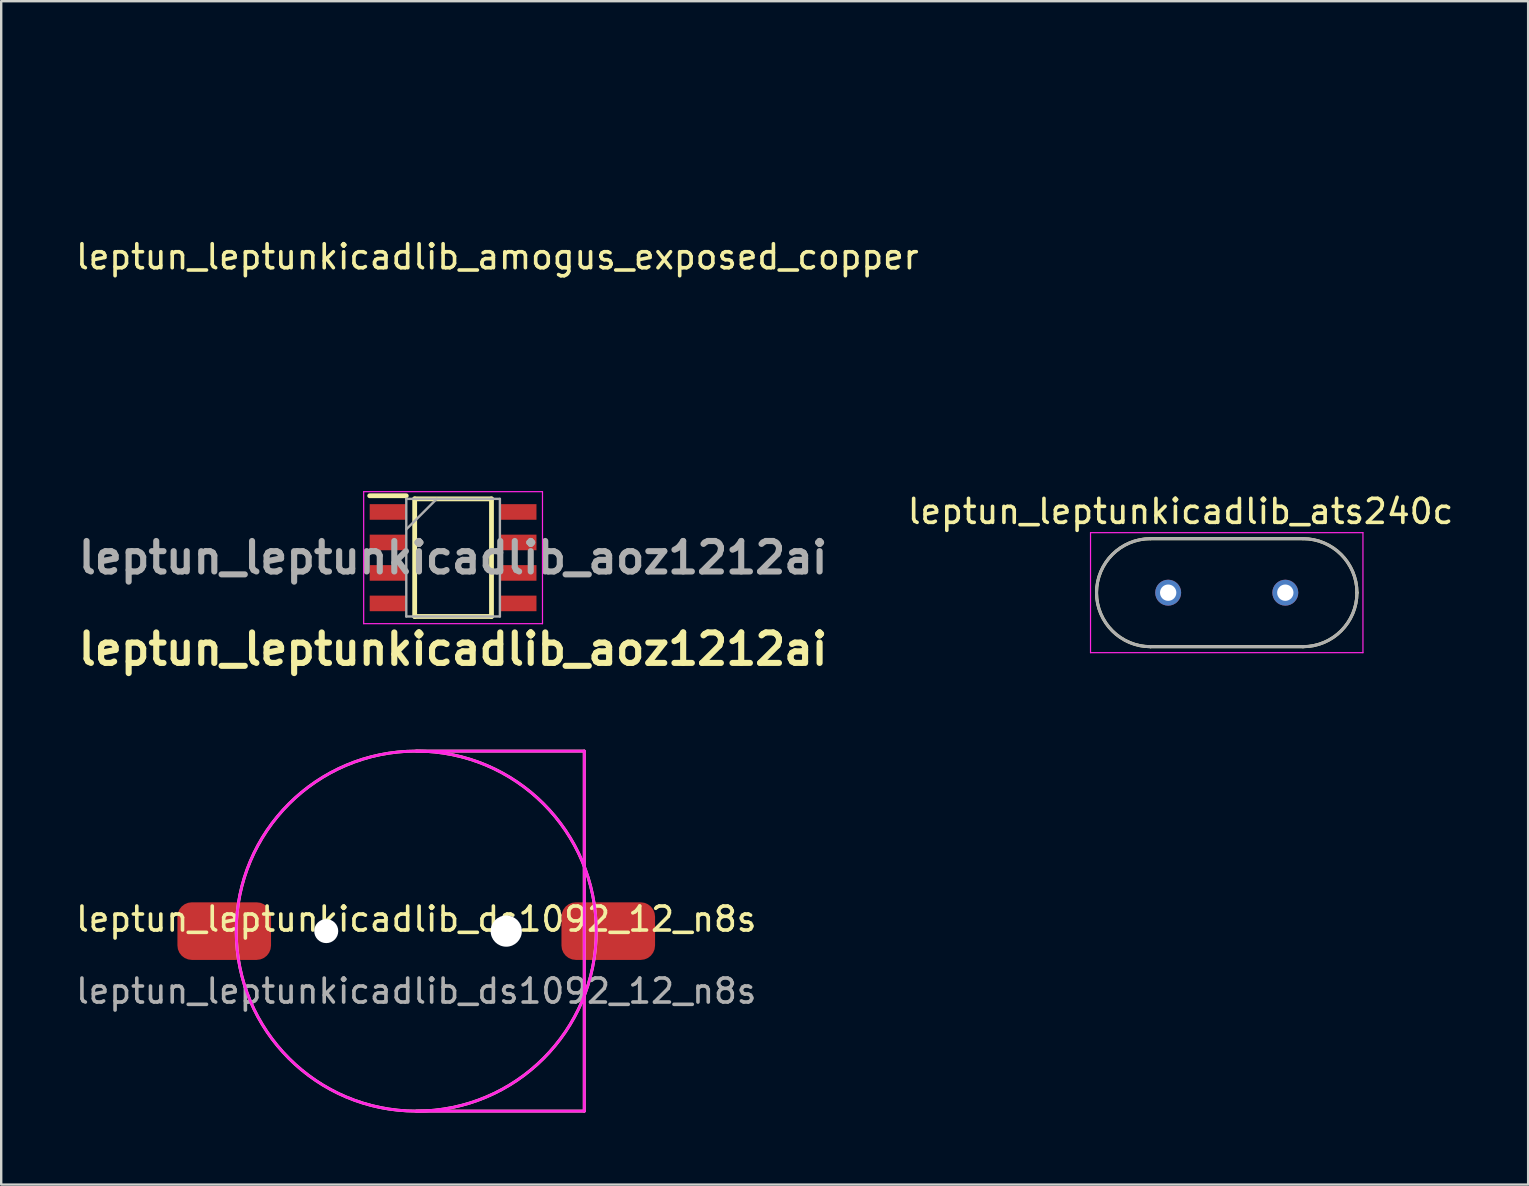
<source format=kicad_pcb>
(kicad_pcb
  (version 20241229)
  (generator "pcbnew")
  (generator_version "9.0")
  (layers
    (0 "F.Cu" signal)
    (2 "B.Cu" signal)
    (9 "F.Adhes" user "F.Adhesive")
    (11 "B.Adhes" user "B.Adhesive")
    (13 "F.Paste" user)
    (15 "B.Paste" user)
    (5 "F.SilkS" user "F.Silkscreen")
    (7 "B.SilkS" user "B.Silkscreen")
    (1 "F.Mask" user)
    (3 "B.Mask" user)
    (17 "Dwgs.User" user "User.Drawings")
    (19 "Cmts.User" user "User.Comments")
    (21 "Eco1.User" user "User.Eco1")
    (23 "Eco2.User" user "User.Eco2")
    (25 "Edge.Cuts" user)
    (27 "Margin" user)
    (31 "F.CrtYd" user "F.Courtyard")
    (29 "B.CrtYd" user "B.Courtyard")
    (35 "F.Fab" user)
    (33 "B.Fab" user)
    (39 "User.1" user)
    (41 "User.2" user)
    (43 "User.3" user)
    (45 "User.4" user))
  (footprint "leptun_leptunkicadlib_ds1092_12_n8s"
    (layer "F.Cu")
    (at 14.292 35.743)
    (property "Reference" "leptun_leptunkicadlib_ds1092_12_n8s" (at 0 -0.5 0) (unlocked yes) (layer "F.SilkS") (effects (font (size 1 1) (thickness 0.15))))
    (attr smd)
    (fp_line (start 0 -7.5) (end 7 -7.5) (stroke (width 0.12) (type solid)) (layer "F.SilkS"))
    (fp_line (start 0 7.5) (end 7 7.5) (stroke (width 0.12) (type solid)) (layer "F.SilkS"))
    (fp_line (start 7 7.5) (end 7 -7.5) (stroke (width 0.12) (type solid)) (layer "F.SilkS"))
    (fp_circle (center 0 0) (end 7.5 0) (stroke (width 0.12) (type solid)) (fill no) (layer "F.SilkS"))
    (fp_line (start 0 -7.5) (end 7 -7.5) (stroke (width 0.12) (type solid)) (layer "F.CrtYd"))
    (fp_line (start 7 -7.5) (end 7 7.5) (stroke (width 0.12) (type solid)) (layer "F.CrtYd"))
    (fp_line (start 7 7.5) (end 0 7.5) (stroke (width 0.12) (type solid)) (layer "F.CrtYd"))
    (fp_circle (center 0 0) (end 7.5 0) (stroke (width 0.12) (type solid)) (fill no) (layer "F.CrtYd"))
    (fp_text user "${REFERENCE}" (at 0 2.5 0) (unlocked yes) (layer "F.Fab") (effects (font (size 1 1) (thickness 0.15))))
    (pad "" np_thru_hole circle (at -3.75 0) (size 1 1) (drill 1) (layers "*.Cu" "*.Mask"))
    (pad "" np_thru_hole circle (at 3.75 0) (size 1.3 1.3) (drill 1.3) (layers "*.Cu" "*.Mask"))
    (pad "1" smd roundrect (at 8 0) (size 3.9 2.4) (layers "F.Cu" "F.Mask" "F.Paste") (roundrect_rratio 0.25))
    (pad "2" smd roundrect (at -8 0) (size 3.9 2.4) (layers "F.Cu" "F.Mask" "F.Paste") (roundrect_rratio 0.25)))
  (footprint "leptun_leptunkicadlib_amogus_exposed_copper"
    (layer "F.Cu")
    (at 17.673 7.149)
    (property "Reference" "leptun_leptunkicadlib_amogus_exposed_copper" (at 0 0.5 0) (layer "F.SilkS") (effects (font (size 1 1) (thickness 0.15))))
    (attr through_hole)
    (fp_curve (pts (xy -4.991 4.274) (xy -4.479 3.252) (xy -4.452 1.8) (xy -4.271 0.674)) (stroke (width 0.2) (type solid)) (layer "F.Mask"))
    (fp_curve (pts (xy -4.271 0.674) (xy -4.025 -0.847) (xy -3.681 -2.332) (xy -3.231 -3.806)) (stroke (width 0.2) (type solid)) (layer "F.Mask"))
    (fp_curve (pts (xy -3.871 5.634) (xy -7.877 6.405) (xy -8.613 3.469) (xy -4.991 4.274)) (stroke (width 0.2) (type solid)) (layer "F.Mask"))
    (fp_curve (pts (xy -3.231 -3.806) (xy -3.075 -4.314) (xy -2.616 -6.952) (xy -1.551 -7.006)) (stroke (width 0.2) (type solid)) (layer "F.Mask"))
    (fp_curve (pts (xy -2.272 -4.382) (xy -2.27 -4.962) (xy -1.099 -5.537) (xy 0.07 -5.533)) (stroke (width 0.2) (type solid)) (layer "F.Mask"))
    (fp_curve (pts (xy -1.551 -7.006) (xy 0.21 -7.094) (xy 0.753 -7.075) (xy 2.049 -6.686)) (stroke (width 0.2) (type solid)) (layer "F.Mask"))
    (fp_curve (pts (xy -0.831 6.514) (xy -0.962 4.942) (xy 0.912 5.749) (xy 1.169 5.314)) (stroke (width 0.2) (type solid)) (layer "F.Mask"))
    (fp_curve (pts (xy 0.062 -3.215) (xy -1.107 -3.219) (xy -2.274 -3.802) (xy -2.272 -4.382)) (stroke (width 0.2) (type solid)) (layer "F.Mask"))
    (fp_curve (pts (xy 0.07 -5.533) (xy 1.239 -5.529) (xy 2.405 -4.946) (xy 2.403 -4.366)) (stroke (width 0.2) (type solid)) (layer "F.Mask"))
    (fp_curve (pts (xy 0.449 2.114) (xy -5.607 1.357) (xy -0.208 4.93) (xy -3.871 5.634)) (stroke (width 0.2) (type solid)) (layer "F.Mask"))
    (fp_curve (pts (xy 1.089 2.434) (xy 0.894 2.297) (xy 0.686 2.144) (xy 0.449 2.114)) (stroke (width 0.2) (type solid)) (layer "F.Mask"))
    (fp_curve (pts (xy 1.169 5.314) (xy 1.354 5.002) (xy 1.746 2.894) (xy 1.089 2.434)) (stroke (width 0.2) (type solid)) (layer "F.Mask"))
    (fp_curve (pts (xy 1.489 7.154) (xy 1.341 7.159) (xy -0.768 7.262) (xy -0.831 6.514)) (stroke (width 0.2) (type solid)) (layer "F.Mask"))
    (fp_curve (pts (xy 2.049 -6.686) (xy 3.346 -6.297) (xy 3.868 -3.776) (xy 3.969 -2.766)) (stroke (width 0.2) (type solid)) (layer "F.Mask"))
    (fp_curve (pts (xy 2.403 -4.366) (xy 2.401 -3.786) (xy 1.231 -3.211) (xy 0.062 -3.215)) (stroke (width 0.2) (type solid)) (layer "F.Mask"))
    (fp_curve (pts (xy 2.449 6.994) (xy 2.131 7.058) (xy 1.814 7.144) (xy 1.489 7.154)) (stroke (width 0.2) (type solid)) (layer "F.Mask"))
    (fp_curve (pts (xy 3.969 -2.766) (xy 4.071 -1.754) (xy 4.149 -0.74) (xy 4.209 0.274)) (stroke (width 0.2) (type solid)) (layer "F.Mask"))
    (fp_curve (pts (xy 4.209 0.274) (xy 4.282 1.5) (xy 4.369 2.726) (xy 4.369 3.954)) (stroke (width 0.2) (type solid)) (layer "F.Mask"))
    (fp_curve (pts (xy 4.369 3.954) (xy 4.369 5.99) (xy 4.387 6.607) (xy 2.449 6.994)) (stroke (width 0.2) (type solid)) (layer "F.Mask")))
  (footprint "leptun_leptunkicadlib_ats240c"
    (layer "F.Cu")
    (at 48.06 21.643)
    (property "Reference" "leptun_leptunkicadlib_ats240c" (at -1.925 -3.385 0) (layer "F.SilkS") (effects (font (size 1 1) (thickness 0.15))))
    (attr through_hole)
    (fp_line (start -3.175 -2.25) (end 3.175 -2.25) (stroke (width 0.127) (type solid)) (layer "F.SilkS"))
    (fp_line (start 3.175 2.25) (end -3.175 2.25) (stroke (width 0.127) (type solid)) (layer "F.SilkS"))
    (fp_arc (start -5.425 0) (mid -4.76599 -1.59099) (end -3.175 -2.25) (stroke (width 0.127) (type solid)) (layer "F.SilkS"))
    (fp_arc (start -3.175 2.25) (mid -4.76599 1.59099) (end -5.425 0) (stroke (width 0.127) (type solid)) (layer "F.SilkS"))
    (fp_arc (start 3.175 -2.25) (mid 4.76599 -1.59099) (end 5.425 0) (stroke (width 0.127) (type solid)) (layer "F.SilkS"))
    (fp_arc (start 5.425 0) (mid 4.76599 1.59099) (end 3.175 2.25) (stroke (width 0.127) (type solid)) (layer "F.SilkS"))
    (fp_line (start -5.675 -2.5) (end 5.675 -2.5) (stroke (width 0.05) (type solid)) (layer "F.CrtYd"))
    (fp_line (start -5.675 2.5) (end -5.675 -2.5) (stroke (width 0.05) (type solid)) (layer "F.CrtYd"))
    (fp_line (start 5.675 -2.5) (end 5.675 2.5) (stroke (width 0.05) (type solid)) (layer "F.CrtYd"))
    (fp_line (start 5.675 2.5) (end -5.675 2.5) (stroke (width 0.05) (type solid)) (layer "F.CrtYd"))
    (fp_line (start -3.175 -2.25) (end 3.175 -2.25) (stroke (width 0.127) (type solid)) (layer "F.Fab"))
    (fp_line (start 3.175 2.25) (end -3.175 2.25) (stroke (width 0.127) (type solid)) (layer "F.Fab"))
    (fp_arc (start -5.425 0) (mid -4.76599 -1.59099) (end -3.175 -2.25) (stroke (width 0.127) (type solid)) (layer "F.Fab"))
    (fp_arc (start -3.175 2.25) (mid -4.76599 1.59099) (end -5.425 0) (stroke (width 0.127) (type solid)) (layer "F.Fab"))
    (fp_arc (start 3.175 -2.25) (mid 4.76599 -1.59099) (end 5.425 0) (stroke (width 0.127) (type solid)) (layer "F.Fab"))
    (fp_arc (start 5.425 0) (mid 4.76599 1.59099) (end 3.175 2.25) (stroke (width 0.127) (type solid)) (layer "F.Fab"))
    (pad "1" thru_hole circle (at -2.44 0) (size 1.08 1.08) (drill 0.68) (layers "*.Cu" "*.Mask"))
    (pad "2" thru_hole circle (at 2.44 0) (size 1.08 1.08) (drill 0.68) (layers "*.Cu" "*.Mask")))
  (footprint "leptun_leptunkicadlib_aoz1212ai"
    (layer "F.Cu")
    (at 15.827 20.185)
    (property "Reference" "leptun_leptunkicadlib_aoz1212ai" (at 0 3.81 0) (layer "F.SilkS") (effects (font (size 1.27 1.27) (thickness 0.254))))
    (attr smd)
    (fp_line (start -3.475 -2.58) (end -1.95 -2.58) (stroke (width 0.2) (type solid)) (layer "F.SilkS"))
    (fp_line (start -1.6 -2.45) (end 1.6 -2.45) (stroke (width 0.2) (type solid)) (layer "F.SilkS"))
    (fp_line (start -1.6 2.45) (end -1.6 -2.45) (stroke (width 0.2) (type solid)) (layer "F.SilkS"))
    (fp_line (start 1.6 -2.45) (end 1.6 2.45) (stroke (width 0.2) (type solid)) (layer "F.SilkS"))
    (fp_line (start 1.6 2.45) (end -1.6 2.45) (stroke (width 0.2) (type solid)) (layer "F.SilkS"))
    (fp_line (start -3.725 -2.75) (end 3.725 -2.75) (stroke (width 0.05) (type solid)) (layer "F.CrtYd"))
    (fp_line (start -3.725 2.75) (end -3.725 -2.75) (stroke (width 0.05) (type solid)) (layer "F.CrtYd"))
    (fp_line (start 3.725 -2.75) (end 3.725 2.75) (stroke (width 0.05) (type solid)) (layer "F.CrtYd"))
    (fp_line (start 3.725 2.75) (end -3.725 2.75) (stroke (width 0.05) (type solid)) (layer "F.CrtYd"))
    (fp_line (start -1.95 -2.45) (end 1.95 -2.45) (stroke (width 0.1) (type solid)) (layer "F.Fab"))
    (fp_line (start -1.95 -1.18) (end -0.68 -2.45) (stroke (width 0.1) (type solid)) (layer "F.Fab"))
    (fp_line (start -1.95 2.45) (end -1.95 -2.45) (stroke (width 0.1) (type solid)) (layer "F.Fab"))
    (fp_line (start 1.95 -2.45) (end 1.95 2.45) (stroke (width 0.1) (type solid)) (layer "F.Fab"))
    (fp_line (start 1.95 2.45) (end -1.95 2.45) (stroke (width 0.1) (type solid)) (layer "F.Fab"))
    (fp_text user "${REFERENCE}" (at 0 0 0) (layer "F.Fab") (effects (font (size 1.27 1.27) (thickness 0.254))))
    (pad "1" smd rect (at -2.712 -1.905 90) (size 0.65 1.525) (layers "F.Cu" "F.Mask" "F.Paste"))
    (pad "2" smd rect (at -2.712 -0.635 90) (size 0.65 1.525) (layers "F.Cu" "F.Mask" "F.Paste"))
    (pad "3" smd rect (at -2.712 0.635 90) (size 0.65 1.525) (layers "F.Cu" "F.Mask" "F.Paste"))
    (pad "4" smd rect (at -2.712 1.905 90) (size 0.65 1.525) (layers "F.Cu" "F.Mask" "F.Paste"))
    (pad "5" smd rect (at 2.712 1.905 90) (size 0.65 1.525) (layers "F.Cu" "F.Mask" "F.Paste"))
    (pad "6" smd rect (at 2.712 0.635 90) (size 0.65 1.525) (layers "F.Cu" "F.Mask" "F.Paste"))
    (pad "7" smd rect (at 2.712 -0.635 90) (size 0.65 1.525) (layers "F.Cu" "F.Mask" "F.Paste"))
    (pad "8" smd rect (at 2.712 -1.905 90) (size 0.65 1.525) (layers "F.Cu" "F.Mask" "F.Paste")))
  (gr_rect
    (start -3 -3)
    (end 60.618 46.303)
    (stroke (width 0.1) (type default))
    (fill no)
    (layer "Edge.Cuts")))
</source>
